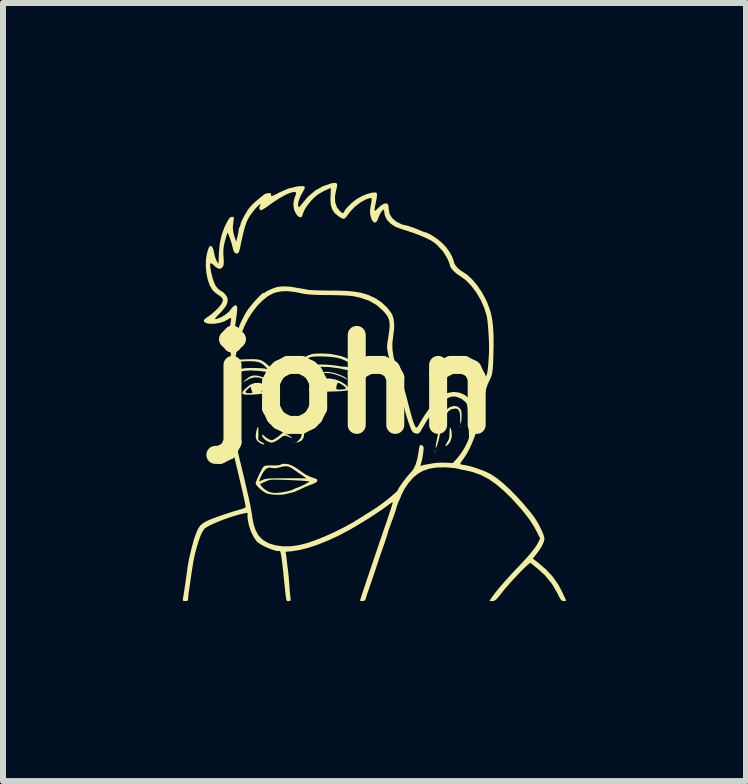
<source format=kicad_pcb>
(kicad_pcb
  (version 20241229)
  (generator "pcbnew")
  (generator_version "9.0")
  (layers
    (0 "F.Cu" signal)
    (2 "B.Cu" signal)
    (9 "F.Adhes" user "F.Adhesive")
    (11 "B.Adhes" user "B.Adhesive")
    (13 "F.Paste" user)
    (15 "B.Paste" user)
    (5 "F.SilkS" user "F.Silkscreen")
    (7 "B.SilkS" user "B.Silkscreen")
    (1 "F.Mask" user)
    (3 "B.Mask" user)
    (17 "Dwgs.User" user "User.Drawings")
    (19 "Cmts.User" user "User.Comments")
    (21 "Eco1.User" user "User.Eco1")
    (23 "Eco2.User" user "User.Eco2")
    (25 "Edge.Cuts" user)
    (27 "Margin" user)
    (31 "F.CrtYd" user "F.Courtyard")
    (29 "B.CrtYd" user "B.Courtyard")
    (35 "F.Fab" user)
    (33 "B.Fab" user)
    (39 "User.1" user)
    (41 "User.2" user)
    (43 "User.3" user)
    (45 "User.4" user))
  (footprint "john"
    (layer "F.Cu")
    (at 2.862 3.356)
    (property "Reference" "john" (at 0 0 0) (layer "F.SilkS") (effects (font (size 1.5 1.5) (thickness 0.3))))
    (attr board_only exclude_from_pos_files exclude_from_bom)
    (fp_poly (pts (xy -1.875 -0.008) (xy -1.883 0) (xy -1.89 -0.008) (xy -1.883 -0.015)) (stroke (width 0) (type solid)) (fill yes) (layer "F.SilkS"))
    (fp_poly (pts (xy -0.99 0.968) (xy -0.998 0.975) (xy -1.005 0.968) (xy -0.998 0.96)) (stroke (width 0) (type solid)) (fill yes) (layer "F.SilkS"))
    (fp_poly (pts (xy 1.35 1.103) (xy 1.343 1.11) (xy 1.335 1.103) (xy 1.343 1.095)) (stroke (width 0) (type solid)) (fill yes) (layer "F.SilkS"))
    (fp_poly (pts (xy 1.35 1.133) (xy 1.343 1.14) (xy 1.335 1.133) (xy 1.343 1.125)) (stroke (width 0) (type solid)) (fill yes) (layer "F.SilkS"))
    (fp_poly (pts (xy 1.755 0.698) (xy 1.748 0.705) (xy 1.74 0.698) (xy 1.748 0.69)) (stroke (width 0) (type solid)) (fill yes) (layer "F.SilkS"))
    (fp_poly (pts (xy -1.617 -0.142) (xy -1.565 -0.128) (xy -1.516 -0.111) (xy -1.477 -0.093) (xy -1.457 -0.078) (xy -1.455 -0.074) (xy -1.467 -0.071) (xy -1.498 -0.08) (xy -1.51 -0.084) (xy -1.593 -0.111) (xy -1.667 -0.115) (xy -1.739 -0.096) (xy -1.781 -0.076) (xy -1.868 -0.029) (xy -1.81 -0.081) (xy -1.744 -0.128) (xy -1.679 -0.147)) (stroke (width 0) (type solid)) (fill yes) (layer "F.SilkS"))
    (fp_poly (pts (xy 1.599 0.726) (xy 1.61 0.757) (xy 1.618 0.796) (xy 1.62 0.881) (xy 1.596 0.956) (xy 1.566 0.998) (xy 1.533 1.028) (xy 1.517 1.034) (xy 1.517 1.016) (xy 1.538 0.978) (xy 1.541 0.972) (xy 1.565 0.932) (xy 1.578 0.892) (xy 1.582 0.841) (xy 1.583 0.808) (xy 1.585 0.752) (xy 1.591 0.724)) (stroke (width 0) (type solid)) (fill yes) (layer "F.SilkS"))
    (fp_poly (pts (xy -1.292 0.017) (xy -1.302 0.095) (xy -1.333 0.192) (xy -1.335 0.197) (xy -1.356 0.249) (xy -1.372 0.289) (xy -1.38 0.31) (xy -1.38 0.311) (xy -1.392 0.315) (xy -1.395 0.315) (xy -1.41 0.311) (xy -1.41 0.31) (xy -1.405 0.294) (xy -1.389 0.259) (xy -1.368 0.21) (xy -1.363 0.201) (xy -1.338 0.138) (xy -1.317 0.073) (xy -1.305 0.023) (xy -1.294 -0.053)) (stroke (width 0) (type solid)) (fill yes) (layer "F.SilkS"))
    (fp_poly (pts (xy -1.609 0.712) (xy -1.605 0.73) (xy -1.603 0.769) (xy -1.604 0.822) (xy -1.604 0.825) (xy -1.606 0.931) (xy -1.553 0.962) (xy -1.52 0.983) (xy -1.502 0.997) (xy -1.5 0.999) (xy -1.512 1.006) (xy -1.54 0.999) (xy -1.578 0.98) (xy -1.592 0.971) (xy -1.63 0.937) (xy -1.646 0.897) (xy -1.648 0.886) (xy -1.647 0.85) (xy -1.642 0.806) (xy -1.633 0.763) (xy -1.622 0.729) (xy -1.613 0.711)) (stroke (width 0) (type solid)) (fill yes) (layer "F.SilkS"))
    (fp_poly (pts (xy -0.434 -0.205) (xy -0.368 -0.194) (xy -0.297 -0.175) (xy -0.229 -0.15) (xy -0.172 -0.123) (xy -0.134 -0.097) (xy -0.125 -0.086) (xy -0.126 -0.079) (xy -0.148 -0.089) (xy -0.151 -0.091) (xy -0.218 -0.126) (xy -0.303 -0.157) (xy -0.391 -0.18) (xy -0.4 -0.182) (xy -0.478 -0.188) (xy -0.55 -0.176) (xy -0.627 -0.143) (xy -0.668 -0.119) (xy -0.706 -0.096) (xy -0.722 -0.091) (xy -0.717 -0.1) (xy -0.674 -0.134) (xy -0.614 -0.167) (xy -0.548 -0.193) (xy -0.487 -0.206)) (stroke (width 0) (type solid)) (fill yes) (layer "F.SilkS"))
    (fp_poly (pts (xy -1.005 0.64) (xy -0.957 0.674) (xy -0.911 0.719) (xy -0.872 0.766) (xy -0.846 0.808) (xy -0.84 0.832) (xy -0.852 0.893) (xy -0.884 0.939) (xy -0.919 0.959) (xy -0.958 0.972) (xy -0.971 0.972) (xy -0.958 0.957) (xy -0.931 0.933) (xy -0.892 0.888) (xy -0.882 0.841) (xy -0.902 0.792) (xy -0.928 0.76) (xy -0.957 0.726) (xy -0.973 0.699) (xy -0.975 0.692) (xy -0.983 0.68) (xy -0.989 0.682) (xy -1.005 0.676) (xy -1.026 0.652) (xy -1.028 0.651) (xy -1.053 0.612)) (stroke (width 0) (type solid)) (fill yes) (layer "F.SilkS"))
    (fp_poly (pts (xy -1.14 0.764) (xy -1.151 0.785) (xy -1.155 0.788) (xy -1.169 0.806) (xy -1.164 0.822) (xy -1.154 0.825) (xy -1.133 0.833) (xy -1.099 0.853) (xy -1.083 0.863) (xy -1.051 0.888) (xy -1.044 0.899) (xy -1.062 0.895) (xy -1.095 0.878) (xy -1.151 0.858) (xy -1.198 0.866) (xy -1.224 0.887) (xy -1.257 0.914) (xy -1.301 0.942) (xy -1.345 0.964) (xy -1.38 0.974) (xy -1.383 0.975) (xy -1.41 0.969) (xy -1.447 0.955) (xy -1.45 0.954) (xy -1.493 0.926) (xy -1.528 0.888) (xy -1.545 0.85) (xy -1.545 0.844) (xy -1.537 0.84) (xy -1.514 0.856) (xy -1.505 0.864) (xy -1.465 0.897) (xy -1.421 0.922) (xy -1.42 0.923) (xy -1.391 0.933) (xy -1.366 0.931) (xy -1.336 0.915) (xy -1.306 0.896) (xy -1.255 0.858) (xy -1.206 0.816) (xy -1.189 0.799) (xy -1.161 0.773) (xy -1.143 0.762)) (stroke (width 0) (type solid)) (fill yes) (layer "F.SilkS"))
    (fp_poly (pts (xy 1.714 0.372) (xy 1.749 0.397) (xy 1.769 0.422) (xy 1.78 0.452) (xy 1.784 0.495) (xy 1.784 0.528) (xy 1.782 0.583) (xy 1.777 0.63) (xy 1.771 0.653) (xy 1.764 0.657) (xy 1.761 0.632) (xy 1.76 0.58) (xy 1.76 0.578) (xy 1.757 0.499) (xy 1.745 0.447) (xy 1.722 0.416) (xy 1.687 0.405) (xy 1.681 0.405) (xy 1.616 0.416) (xy 1.566 0.449) (xy 1.523 0.509) (xy 1.52 0.516) (xy 1.487 0.593) (xy 1.456 0.685) (xy 1.432 0.779) (xy 1.42 0.848) (xy 1.412 0.888) (xy 1.401 0.935) (xy 1.387 0.982) (xy 1.374 1.024) (xy 1.362 1.052) (xy 1.354 1.062) (xy 1.352 1.056) (xy 1.354 1.025) (xy 1.363 0.971) (xy 1.376 0.901) (xy 1.392 0.822) (xy 1.41 0.742) (xy 1.428 0.665) (xy 1.445 0.6) (xy 1.454 0.569) (xy 1.487 0.485) (xy 1.529 0.425) (xy 1.581 0.386) (xy 1.595 0.379) (xy 1.659 0.361)) (stroke (width 0) (type solid)) (fill yes) (layer "F.SilkS"))
    (fp_poly (pts (xy -1.54 -0.01) (xy -1.485 0.011) (xy -1.433 0.038) (xy -1.413 0.05) (xy -1.385 0.075) (xy -1.379 0.094) (xy -1.397 0.112) (xy -1.441 0.134) (xy -1.458 0.141) (xy -1.496 0.151) (xy -1.554 0.16) (xy -1.626 0.168) (xy -1.7 0.173) (xy -1.768 0.175) (xy -1.821 0.173) (xy -1.842 0.17) (xy -1.868 0.158) (xy -1.871 0.137) (xy -1.871 0.136) (xy -1.819 0.136) (xy -1.796 0.147) (xy -1.754 0.15) (xy -1.714 0.147) (xy -1.702 0.137) (xy -1.704 0.134) (xy -1.707 0.127) (xy -1.553 0.127) (xy -1.543 0.134) (xy -1.512 0.127) (xy -1.474 0.112) (xy -1.419 0.089) (xy -1.468 0.059) (xy -1.512 0.036) (xy -1.536 0.032) (xy -1.537 0.049) (xy -1.536 0.051) (xy -1.536 0.081) (xy -1.545 0.104) (xy -1.553 0.127) (xy -1.707 0.127) (xy -1.715 0.108) (xy -1.724 0.08) (xy -1.734 0.042) (xy -1.782 0.082) (xy -1.814 0.115) (xy -1.819 0.136) (xy -1.871 0.136) (xy -1.85 0.104) (xy -1.809 0.063) (xy -1.737 0.007) (xy -1.666 -0.02) (xy -1.593 -0.022)) (stroke (width 0) (type solid)) (fill yes) (layer "F.SilkS"))
    (fp_poly (pts (xy -0.324 -0.08) (xy -0.234 -0.046) (xy -0.155 0.004) (xy -0.126 0.032) (xy -0.104 0.057) (xy -0.095 0.076) (xy -0.1 0.091) (xy -0.121 0.102) (xy -0.163 0.11) (xy -0.226 0.116) (xy -0.313 0.12) (xy -0.428 0.123) (xy -0.452 0.124) (xy -0.531 0.125) (xy -0.604 0.125) (xy -0.665 0.125) (xy -0.701 0.123) (xy -0.746 0.115) (xy -0.765 0.102) (xy -0.765 0.099) (xy -0.754 0.077) (xy -0.748 0.069) (xy -0.704 0.069) (xy -0.697 0.093) (xy -0.695 0.095) (xy -0.675 0.101) (xy -0.637 0.104) (xy -0.594 0.105) (xy -0.556 0.102) (xy -0.537 0.097) (xy -0.535 0.079) (xy -0.538 0.058) (xy -0.306 0.058) (xy -0.304 0.081) (xy -0.303 0.082) (xy -0.282 0.088) (xy -0.243 0.09) (xy -0.2 0.087) (xy -0.164 0.081) (xy -0.152 0.076) (xy -0.145 0.064) (xy -0.159 0.045) (xy -0.196 0.016) (xy -0.235 -0.009) (xy -0.265 -0.024) (xy -0.276 -0.025) (xy -0.289 -0.009) (xy -0.3 0.024) (xy -0.306 0.058) (xy -0.538 0.058) (xy -0.54 0.045) (xy -0.549 0.006) (xy -0.559 -0.028) (xy -0.568 -0.045) (xy -0.57 -0.045) (xy -0.586 -0.037) (xy -0.618 -0.016) (xy -0.642 0.001) (xy -0.687 0.039) (xy -0.704 0.069) (xy -0.748 0.069) (xy -0.725 0.043) (xy -0.684 0.005) (xy -0.64 -0.031) (xy -0.597 -0.061) (xy -0.583 -0.069) (xy -0.506 -0.093) (xy -0.417 -0.096)) (stroke (width 0) (type solid)) (fill yes) (layer "F.SilkS"))
    (fp_poly (pts (xy -0.46 -0.509) (xy -0.403 -0.504) (xy -0.39 -0.502) (xy -0.292 -0.484) (xy -0.216 -0.466) (xy -0.154 -0.444) (xy -0.099 -0.414) (xy -0.042 -0.375) (xy 0.005 -0.338) (xy 0.067 -0.284) (xy 0.103 -0.245) (xy 0.114 -0.218) (xy 0.099 -0.204) (xy 0.057 -0.203) (xy -0.012 -0.213) (xy -0.095 -0.231) (xy -0.273 -0.267) (xy -0.432 -0.287) (xy -0.575 -0.29) (xy -0.708 -0.276) (xy -0.835 -0.247) (xy -0.868 -0.236) (xy -0.932 -0.217) (xy -0.971 -0.211) (xy -0.988 -0.216) (xy -0.997 -0.245) (xy -0.997 -0.251) (xy -0.993 -0.281) (xy -0.992 -0.283) (xy -0.93 -0.283) (xy -0.918 -0.275) (xy -0.896 -0.277) (xy -0.87 -0.282) (xy -0.863 -0.285) (xy -0.85 -0.289) (xy -0.817 -0.294) (xy -0.81 -0.295) (xy -0.757 -0.304) (xy -0.705 -0.316) (xy -0.642 -0.326) (xy -0.558 -0.329) (xy -0.462 -0.326) (xy -0.361 -0.317) (xy -0.294 -0.307) (xy -0.234 -0.298) (xy -0.185 -0.292) (xy -0.155 -0.291) (xy -0.15 -0.293) (xy -0.132 -0.291) (xy -0.13 -0.289) (xy -0.111 -0.279) (xy -0.076 -0.273) (xy -0.073 -0.273) (xy -0.037 -0.268) (xy -0.018 -0.262) (xy -0.017 -0.262) (xy 0.002 -0.256) (xy 0.013 -0.255) (xy 0.024 -0.26) (xy 0.014 -0.277) (xy 0.003 -0.289) (xy -0.055 -0.337) (xy -0.132 -0.383) (xy -0.218 -0.42) (xy -0.289 -0.44) (xy -0.354 -0.451) (xy -0.431 -0.458) (xy -0.515 -0.463) (xy -0.595 -0.464) (xy -0.666 -0.462) (xy -0.72 -0.456) (xy -0.74 -0.451) (xy -0.769 -0.435) (xy -0.808 -0.405) (xy -0.851 -0.37) (xy -0.89 -0.334) (xy -0.918 -0.303) (xy -0.93 -0.283) (xy -0.93 -0.283) (xy -0.992 -0.283) (xy -0.992 -0.285) (xy -0.979 -0.31) (xy -0.949 -0.346) (xy -0.908 -0.386) (xy -0.864 -0.425) (xy -0.824 -0.454) (xy -0.819 -0.457) (xy -0.769 -0.482) (xy -0.718 -0.5) (xy -0.705 -0.504) (xy -0.662 -0.509) (xy -0.6 -0.512) (xy -0.529 -0.512)) (stroke (width 0) (type solid)) (fill yes) (layer "F.SilkS"))
    (fp_poly (pts (xy -1.106 1.333) (xy -1.054 1.352) (xy -0.992 1.385) (xy -0.917 1.436) (xy -0.87 1.47) (xy -0.814 1.507) (xy -0.752 1.538) (xy -0.709 1.554) (xy -0.664 1.57) (xy -0.631 1.584) (xy -0.622 1.592) (xy -0.622 1.616) (xy -0.65 1.642) (xy -0.705 1.667) (xy -0.725 1.674) (xy -0.78 1.695) (xy -0.846 1.723) (xy -0.901 1.75) (xy -0.957 1.775) (xy -1.008 1.796) (xy -1.044 1.807) (xy -1.044 1.807) (xy -1.09 1.817) (xy -1.14 1.83) (xy -1.14 1.83) (xy -1.2 1.841) (xy -1.276 1.844) (xy -1.356 1.841) (xy -1.426 1.831) (xy -1.463 1.821) (xy -1.503 1.8) (xy -1.549 1.768) (xy -1.593 1.73) (xy -1.629 1.692) (xy -1.647 1.664) (xy -1.577 1.664) (xy -1.551 1.703) (xy -1.511 1.744) (xy -1.453 1.782) (xy -1.403 1.803) (xy -1.334 1.813) (xy -1.242 1.808) (xy -1.154 1.793) (xy -1.098 1.78) (xy -1.054 1.767) (xy -1.03 1.758) (xy -1.029 1.757) (xy -1.005 1.744) (xy -0.966 1.729) (xy -0.957 1.726) (xy -0.912 1.709) (xy -0.856 1.683) (xy -0.824 1.666) (xy -0.747 1.624) (xy -0.805 1.615) (xy -0.839 1.611) (xy -0.896 1.607) (xy -0.971 1.603) (xy -1.058 1.599) (xy -1.134 1.596) (xy -1.231 1.593) (xy -1.303 1.591) (xy -1.355 1.591) (xy -1.394 1.594) (xy -1.424 1.599) (xy -1.451 1.608) (xy -1.48 1.62) (xy -1.491 1.625) (xy -1.577 1.664) (xy -1.647 1.664) (xy -1.648 1.662) (xy -1.65 1.654) (xy -1.644 1.628) (xy -1.636 1.61) (xy -1.589 1.61) (xy -1.586 1.62) (xy -1.57 1.614) (xy -1.538 1.599) (xy -1.529 1.594) (xy -1.509 1.585) (xy -1.483 1.579) (xy -1.448 1.574) (xy -1.4 1.571) (xy -1.334 1.569) (xy -1.246 1.568) (xy -1.14 1.568) (xy -0.803 1.569) (xy -0.9 1.502) (xy -0.955 1.464) (xy -1.007 1.428) (xy -1.047 1.401) (xy -1.049 1.4) (xy -1.095 1.375) (xy -1.143 1.367) (xy -1.202 1.374) (xy -1.255 1.388) (xy -1.317 1.401) (xy -1.368 1.398) (xy -1.38 1.395) (xy -1.429 1.39) (xy -1.472 1.408) (xy -1.511 1.451) (xy -1.536 1.489) (xy -1.561 1.537) (xy -1.579 1.579) (xy -1.589 1.61) (xy -1.636 1.61) (xy -1.627 1.585) (xy -1.603 1.531) (xy -1.576 1.475) (xy -1.55 1.425) (xy -1.528 1.388) (xy -1.52 1.378) (xy -1.503 1.364) (xy -1.476 1.357) (xy -1.433 1.354) (xy -1.37 1.354) (xy -1.307 1.354) (xy -1.26 1.35) (xy -1.235 1.343) (xy -1.233 1.341) (xy -1.213 1.332) (xy -1.174 1.327) (xy -1.155 1.327)) (stroke (width 0) (type solid)) (fill yes) (layer "F.SilkS"))
    (fp_poly (pts (xy -0.293 -3.341) (xy -0.291 -3.308) (xy -0.303 -3.251) (xy -0.307 -3.239) (xy -0.327 -3.132) (xy -0.324 -3.036) (xy -0.296 -2.953) (xy -0.253 -2.896) (xy -0.217 -2.863) (xy -0.193 -2.853) (xy -0.179 -2.864) (xy -0.174 -2.877) (xy -0.154 -2.911) (xy -0.116 -2.955) (xy -0.067 -3.004) (xy -0.012 -3.052) (xy 0.042 -3.092) (xy 0.046 -3.094) (xy 0.129 -3.14) (xy 0.215 -3.174) (xy 0.294 -3.194) (xy 0.356 -3.197) (xy 0.37 -3.188) (xy 0.374 -3.161) (xy 0.37 -3.114) (xy 0.357 -3.041) (xy 0.353 -3.023) (xy 0.339 -2.954) (xy 0.333 -2.911) (xy 0.335 -2.892) (xy 0.346 -2.894) (xy 0.368 -2.913) (xy 0.38 -2.926) (xy 0.441 -2.981) (xy 0.493 -3.01) (xy 0.523 -3.016) (xy 0.55 -3.006) (xy 0.565 -2.976) (xy 0.57 -2.921) (xy 0.57 -2.913) (xy 0.585 -2.837) (xy 0.627 -2.769) (xy 0.694 -2.713) (xy 0.72 -2.698) (xy 0.767 -2.675) (xy 0.804 -2.66) (xy 0.822 -2.656) (xy 0.854 -2.65) (xy 0.904 -2.636) (xy 0.966 -2.615) (xy 1.03 -2.591) (xy 1.077 -2.571) (xy 1.122 -2.552) (xy 1.158 -2.539) (xy 1.171 -2.535) (xy 1.204 -2.526) (xy 1.254 -2.502) (xy 1.313 -2.467) (xy 1.375 -2.424) (xy 1.433 -2.378) (xy 1.458 -2.356) (xy 1.525 -2.286) (xy 1.583 -2.206) (xy 1.627 -2.126) (xy 1.653 -2.052) (xy 1.655 -2.039) (xy 1.673 -1.995) (xy 1.71 -1.947) (xy 1.758 -1.903) (xy 1.802 -1.875) (xy 1.881 -1.822) (xy 1.963 -1.745) (xy 2.043 -1.65) (xy 2.118 -1.541) (xy 2.183 -1.423) (xy 2.211 -1.362) (xy 2.248 -1.265) (xy 2.277 -1.167) (xy 2.297 -1.062) (xy 2.31 -0.945) (xy 2.317 -0.812) (xy 2.318 -0.656) (xy 2.316 -0.563) (xy 2.313 -0.444) (xy 2.31 -0.351) (xy 2.305 -0.279) (xy 2.3 -0.222) (xy 2.292 -0.176) (xy 2.281 -0.137) (xy 2.266 -0.099) (xy 2.247 -0.059) (xy 2.242 -0.047) (xy 2.216 0.01) (xy 2.192 0.082) (xy 2.166 0.171) (xy 2.139 0.282) (xy 2.122 0.355) (xy 2.102 0.448) (xy 2.083 0.535) (xy 2.067 0.61) (xy 2.055 0.667) (xy 2.048 0.701) (xy 2.048 0.702) (xy 2.028 0.79) (xy 1.995 0.892) (xy 1.952 0.998) (xy 1.904 1.1) (xy 1.854 1.188) (xy 1.816 1.243) (xy 1.786 1.284) (xy 1.766 1.316) (xy 1.762 1.332) (xy 1.762 1.332) (xy 1.782 1.34) (xy 1.812 1.344) (xy 1.87 1.354) (xy 1.947 1.373) (xy 2.034 1.401) (xy 2.123 1.433) (xy 2.205 1.467) (xy 2.271 1.5) (xy 2.28 1.506) (xy 2.374 1.568) (xy 2.479 1.653) (xy 2.591 1.757) (xy 2.708 1.876) (xy 2.825 2.005) (xy 2.939 2.142) (xy 2.98 2.196) (xy 3.021 2.255) (xy 3.063 2.325) (xy 3.101 2.399) (xy 3.134 2.469) (xy 3.156 2.529) (xy 3.166 2.572) (xy 3.166 2.575) (xy 3.154 2.631) (xy 3.122 2.701) (xy 3.07 2.781) (xy 3.022 2.845) (xy 2.971 2.907) (xy 3.05 2.967) (xy 3.191 3.087) (xy 3.306 3.211) (xy 3.4 3.346) (xy 3.465 3.471) (xy 3.491 3.527) (xy 3.512 3.573) (xy 3.524 3.602) (xy 3.526 3.608) (xy 3.513 3.614) (xy 3.484 3.615) (xy 3.464 3.612) (xy 3.446 3.601) (xy 3.428 3.576) (xy 3.404 3.532) (xy 3.381 3.484) (xy 3.289 3.327) (xy 3.173 3.185) (xy 3.051 3.075) (xy 3.003 3.037) (xy 2.964 3.004) (xy 2.94 2.983) (xy 2.936 2.978) (xy 2.922 2.983) (xy 2.892 3.007) (xy 2.848 3.047) (xy 2.794 3.1) (xy 2.734 3.162) (xy 2.67 3.23) (xy 2.605 3.3) (xy 2.544 3.37) (xy 2.488 3.435) (xy 2.453 3.48) (xy 2.406 3.539) (xy 2.372 3.578) (xy 2.347 3.6) (xy 2.325 3.612) (xy 2.302 3.615) (xy 2.297 3.615) (xy 2.247 3.616) (xy 2.274 3.574) (xy 2.329 3.498) (xy 2.404 3.404) (xy 2.497 3.296) (xy 2.607 3.174) (xy 2.698 3.077) (xy 2.797 2.973) (xy 2.876 2.886) (xy 2.939 2.814) (xy 2.987 2.753) (xy 3.025 2.701) (xy 3.053 2.654) (xy 3.064 2.632) (xy 3.094 2.571) (xy 3.045 2.475) (xy 2.994 2.379) (xy 2.94 2.292) (xy 2.878 2.205) (xy 2.801 2.11) (xy 2.763 2.064) (xy 2.62 1.906) (xy 2.486 1.775) (xy 2.358 1.666) (xy 2.233 1.58) (xy 2.107 1.514) (xy 1.978 1.467) (xy 1.844 1.435) (xy 1.83 1.433) (xy 1.779 1.423) (xy 1.724 1.409) (xy 1.718 1.408) (xy 1.677 1.4) (xy 1.616 1.394) (xy 1.544 1.388) (xy 1.5 1.386) (xy 1.361 1.389) (xy 1.242 1.409) (xy 1.137 1.446) (xy 1.052 1.495) (xy 0.975 1.56) (xy 0.901 1.645) (xy 0.835 1.74) (xy 0.786 1.837) (xy 0.781 1.848) (xy 0.761 1.899) (xy 0.743 1.939) (xy 0.733 1.959) (xy 0.723 1.981) (xy 0.709 2.022) (xy 0.699 2.056) (xy 0.685 2.105) (xy 0.663 2.171) (xy 0.636 2.246) (xy 0.616 2.299) (xy 0.592 2.365) (xy 0.572 2.42) (xy 0.559 2.459) (xy 0.555 2.476) (xy 0.55 2.495) (xy 0.537 2.537) (xy 0.518 2.595) (xy 0.494 2.664) (xy 0.49 2.675) (xy 0.462 2.755) (xy 0.434 2.835) (xy 0.41 2.906) (xy 0.394 2.956) (xy 0.373 3.019) (xy 0.352 3.081) (xy 0.339 3.121) (xy 0.294 3.252) (xy 0.258 3.358) (xy 0.23 3.44) (xy 0.209 3.501) (xy 0.195 3.545) (xy 0.187 3.572) (xy 0.184 3.582) (xy 0.17 3.608) (xy 0.137 3.616) (xy 0.133 3.616) (xy 0.102 3.614) (xy 0.09 3.609) (xy 0.095 3.593) (xy 0.108 3.552) (xy 0.128 3.49) (xy 0.155 3.409) (xy 0.187 3.314) (xy 0.222 3.207) (xy 0.261 3.093) (xy 0.301 2.974) (xy 0.342 2.854) (xy 0.381 2.736) (xy 0.419 2.625) (xy 0.455 2.522) (xy 0.465 2.49) (xy 0.514 2.349) (xy 0.553 2.235) (xy 0.583 2.143) (xy 0.606 2.074) (xy 0.622 2.023) (xy 0.632 1.99) (xy 0.635 1.971) (xy 0.634 1.965) (xy 0.634 1.965) (xy 0.62 1.974) (xy 0.587 1.996) (xy 0.542 2.029) (xy 0.52 2.045) (xy 0.448 2.097) (xy 0.356 2.158) (xy 0.253 2.226) (xy 0.143 2.294) (xy 0.034 2.36) (xy -0.067 2.419) (xy -0.075 2.424) (xy -0.258 2.521) (xy -0.439 2.605) (xy -0.613 2.675) (xy -0.778 2.73) (xy -0.929 2.767) (xy -1.064 2.787) (xy -1.107 2.789) (xy -1.139 2.793) (xy -1.151 2.801) (xy -1.15 2.802) (xy -1.145 2.822) (xy -1.139 2.862) (xy -1.133 2.911) (xy -1.127 2.968) (xy -1.121 3.018) (xy -1.118 3.046) (xy -1.108 3.121) (xy -1.099 3.209) (xy -1.092 3.294) (xy -1.088 3.348) (xy -1.084 3.41) (xy -1.077 3.481) (xy -1.073 3.522) (xy -1.067 3.573) (xy -1.067 3.601) (xy -1.074 3.613) (xy -1.091 3.616) (xy -1.1 3.616) (xy -1.111 3.616) (xy -1.12 3.616) (xy -1.128 3.613) (xy -1.134 3.602) (xy -1.14 3.581) (xy -1.145 3.547) (xy -1.152 3.497) (xy -1.159 3.428) (xy -1.169 3.336) (xy -1.181 3.219) (xy -1.186 3.166) (xy -1.2 3.037) (xy -1.212 2.936) (xy -1.223 2.861) (xy -1.233 2.811) (xy -1.242 2.784) (xy -1.251 2.777) (xy -1.254 2.779) (xy -1.277 2.783) (xy -1.32 2.775) (xy -1.376 2.757) (xy -1.439 2.733) (xy -1.503 2.704) (xy -1.561 2.673) (xy -1.607 2.643) (xy -1.63 2.623) (xy -1.682 2.55) (xy -1.727 2.458) (xy -1.761 2.356) (xy -1.782 2.255) (xy -1.785 2.201) (xy -1.785 2.144) (xy -1.842 2.154) (xy -1.917 2.171) (xy -2.005 2.196) (xy -2.101 2.227) (xy -2.198 2.262) (xy -2.291 2.299) (xy -2.375 2.336) (xy -2.442 2.369) (xy -2.489 2.398) (xy -2.5 2.407) (xy -2.532 2.451) (xy -2.566 2.521) (xy -2.6 2.614) (xy -2.634 2.727) (xy -2.662 2.836) (xy -2.672 2.88) (xy -2.68 2.919) (xy -2.688 2.96) (xy -2.696 3.007) (xy -2.705 3.065) (xy -2.717 3.14) (xy -2.731 3.238) (xy -2.738 3.286) (xy -2.748 3.355) (xy -2.757 3.417) (xy -2.764 3.463) (xy -2.767 3.481) (xy -2.772 3.524) (xy -2.774 3.567) (xy -2.778 3.601) (xy -2.794 3.614) (xy -2.822 3.616) (xy -2.851 3.614) (xy -2.862 3.605) (xy -2.862 3.578) (xy -2.858 3.552) (xy -2.847 3.489) (xy -2.835 3.407) (xy -2.821 3.315) (xy -2.808 3.222) (xy -2.796 3.138) (xy -2.787 3.071) (xy -2.785 3.053) (xy -2.773 2.98) (xy -2.755 2.888) (xy -2.731 2.787) (xy -2.706 2.686) (xy -2.68 2.595) (xy -2.67 2.563) (xy -2.638 2.474) (xy -2.609 2.408) (xy -2.576 2.36) (xy -2.535 2.323) (xy -2.483 2.291) (xy -2.453 2.276) (xy -2.395 2.251) (xy -2.315 2.22) (xy -2.221 2.187) (xy -2.119 2.153) (xy -2.016 2.12) (xy -1.921 2.092) (xy -1.887 2.083) (xy -1.845 2.068) (xy -1.82 2.052) (xy -1.815 2.044) (xy -1.819 2.02) (xy -1.83 1.968) (xy -1.847 1.888) (xy -1.871 1.782) (xy -1.902 1.649) (xy -1.939 1.491) (xy -1.966 1.38) (xy -1.986 1.295) (xy -2.004 1.216) (xy -2.018 1.151) (xy -2.028 1.105) (xy -2.032 1.088) (xy -2.047 0.979) (xy -2.058 0.888) (xy -2.064 0.819) (xy -2.063 0.774) (xy -2.063 0.773) (xy -2.059 0.734) (xy -2.053 0.678) (xy -2.049 0.627) (xy -2.035 0.492) (xy -2.018 0.374) (xy -2.012 0.337) (xy -2.005 0.286) (xy -2.005 0.235) (xy -2.013 0.178) (xy -2.031 0.106) (xy -2.05 0.042) (xy -2.083 -0.116) (xy -2.084 -0.127) (xy -2.007 -0.127) (xy -2.001 -0.087) (xy -1.984 -0.027) (xy -1.965 0.032) (xy -1.935 0.145) (xy -1.922 0.239) (xy -1.926 0.319) (xy -1.934 0.355) (xy -1.949 0.428) (xy -1.961 0.526) (xy -1.969 0.644) (xy -1.972 0.777) (xy -1.972 0.825) (xy -1.971 0.903) (xy -1.969 0.967) (xy -1.963 1.025) (xy -1.954 1.086) (xy -1.939 1.156) (xy -1.918 1.245) (xy -1.909 1.283) (xy -1.878 1.409) (xy -1.848 1.535) (xy -1.82 1.656) (xy -1.794 1.768) (xy -1.771 1.867) (xy -1.753 1.949) (xy -1.74 2.01) (xy -1.734 2.04) (xy -1.725 2.092) (xy -1.717 2.138) (xy -1.709 2.184) (xy -1.702 2.237) (xy -1.701 2.243) (xy -1.682 2.34) (xy -1.65 2.433) (xy -1.61 2.51) (xy -1.598 2.527) (xy -1.527 2.597) (xy -1.433 2.651) (xy -1.321 2.686) (xy -1.194 2.703) (xy -1.055 2.701) (xy -0.93 2.683) (xy -0.805 2.652) (xy -0.663 2.604) (xy -0.508 2.543) (xy -0.347 2.471) (xy -0.186 2.391) (xy -0.029 2.305) (xy 0.115 2.216) (xy 0.182 2.173) (xy 0.256 2.127) (xy 0.317 2.088) (xy 0.37 2.054) (xy 0.432 2.01) (xy 0.497 1.962) (xy 0.561 1.911) (xy 0.62 1.863) (xy 0.669 1.82) (xy 0.704 1.787) (xy 0.72 1.767) (xy 0.72 1.765) (xy 0.729 1.744) (xy 0.753 1.706) (xy 0.787 1.657) (xy 0.827 1.603) (xy 0.868 1.55) (xy 0.907 1.504) (xy 0.938 1.47) (xy 0.941 1.467) (xy 0.981 1.416) (xy 1.017 1.341) (xy 1.045 1.248) (xy 1.064 1.146) (xy 1.064 1.145) (xy 1.073 1.078) (xy 1.082 1.037) (xy 1.093 1.017) (xy 1.109 1.014) (xy 1.127 1.021) (xy 1.143 1.034) (xy 1.151 1.054) (xy 1.15 1.09) (xy 1.147 1.122) (xy 1.133 1.22) (xy 1.116 1.299) (xy 1.102 1.341) (xy 1.098 1.361) (xy 1.105 1.361) (xy 1.129 1.352) (xy 1.168 1.344) (xy 1.171 1.343) (xy 1.216 1.335) (xy 1.274 1.325) (xy 1.308 1.318) (xy 1.367 1.311) (xy 1.44 1.307) (xy 1.512 1.308) (xy 1.516 1.308) (xy 1.637 1.315) (xy 1.718 1.226) (xy 1.76 1.173) (xy 1.803 1.11) (xy 1.843 1.041) (xy 1.876 0.976) (xy 1.899 0.92) (xy 1.908 0.88) (xy 1.908 0.878) (xy 1.903 0.736) (xy 1.899 0.622) (xy 1.895 0.531) (xy 1.891 0.461) (xy 1.886 0.408) (xy 1.881 0.369) (xy 1.875 0.341) (xy 1.867 0.321) (xy 1.857 0.306) (xy 1.847 0.295) (xy 1.785 0.246) (xy 1.708 0.213) (xy 1.658 0.203) (xy 1.596 0.212) (xy 1.527 0.246) (xy 1.451 0.304) (xy 1.372 0.383) (xy 1.291 0.482) (xy 1.21 0.598) (xy 1.132 0.728) (xy 1.121 0.749) (xy 1.095 0.793) (xy 1.074 0.816) (xy 1.049 0.825) (xy 1.036 0.825) (xy 0.988 0.811) (xy 0.962 0.787) (xy 0.944 0.755) (xy 0.922 0.7) (xy 0.896 0.628) (xy 0.87 0.548) (xy 0.846 0.464) (xy 0.826 0.384) (xy 0.824 0.375) (xy 0.806 0.303) (xy 0.781 0.212) (xy 0.752 0.111) (xy 0.72 0.009) (xy 0.689 -0.087) (xy 0.661 -0.167) (xy 0.646 -0.206) (xy 0.622 -0.271) (xy 0.598 -0.351) (xy 0.575 -0.434) (xy 0.568 -0.465) (xy 0.553 -0.534) (xy 0.544 -0.585) (xy 0.541 -0.627) (xy 0.545 -0.673) (xy 0.553 -0.732) (xy 0.56 -0.77) (xy 0.576 -0.877) (xy 0.584 -0.961) (xy 0.583 -1.027) (xy 0.572 -1.082) (xy 0.549 -1.131) (xy 0.514 -1.18) (xy 0.479 -1.22) (xy 0.37 -1.318) (xy 0.242 -1.392) (xy 0.099 -1.441) (xy 0.065 -1.449) (xy 0.041 -1.454) (xy -0.001 -1.463) (xy -0.027 -1.468) (xy -0.064 -1.473) (xy -0.126 -1.477) (xy -0.206 -1.481) (xy -0.299 -1.484) (xy -0.4 -1.486) (xy -0.432 -1.486) (xy -0.566 -1.487) (xy -0.673 -1.491) (xy -0.756 -1.496) (xy -0.82 -1.503) (xy -0.858 -1.51) (xy -0.997 -1.538) (xy -1.116 -1.551) (xy -1.218 -1.549) (xy -1.31 -1.531) (xy -1.356 -1.516) (xy -1.442 -1.47) (xy -1.532 -1.399) (xy -1.62 -1.31) (xy -1.702 -1.205) (xy -1.775 -1.09) (xy -1.835 -0.971) (xy -1.836 -0.968) (xy -1.882 -0.856) (xy -1.916 -0.768) (xy -1.939 -0.7) (xy -1.953 -0.646) (xy -1.96 -0.604) (xy -1.96 -0.603) (xy -1.967 -0.546) (xy -1.978 -0.491) (xy -1.98 -0.482) (xy -1.99 -0.444) (xy -1.995 -0.419) (xy -1.995 -0.416) (xy -1.981 -0.413) (xy -1.943 -0.411) (xy -1.887 -0.412) (xy -1.819 -0.415) (xy -1.715 -0.418) (xy -1.634 -0.415) (xy -1.58 -0.407) (xy -1.534 -0.386) (xy -1.484 -0.352) (xy -1.437 -0.312) (xy -1.401 -0.27) (xy -1.382 -0.234) (xy -1.38 -0.224) (xy -1.383 -0.204) (xy -1.398 -0.198) (xy -1.433 -0.201) (xy -1.44 -0.202) (xy -1.599 -0.223) (xy -1.736 -0.23) (xy -1.852 -0.221) (xy -1.943 -0.197) (xy -1.969 -0.186) (xy -1.991 -0.172) (xy -2.004 -0.154) (xy -2.007 -0.127) (xy -2.084 -0.127) (xy -2.09 -0.277) (xy -2.089 -0.278) (xy -2.01 -0.278) (xy -2.01 -0.213) (xy -1.933 -0.242) (xy -1.878 -0.259) (xy -1.816 -0.268) (xy -1.736 -0.271) (xy -1.711 -0.271) (xy -1.64 -0.27) (xy -1.574 -0.267) (xy -1.522 -0.264) (xy -1.507 -0.262) (xy -1.448 -0.252) (xy -1.498 -0.305) (xy -1.542 -0.342) (xy -1.594 -0.366) (xy -1.66 -0.38) (xy -1.746 -0.384) (xy -1.811 -0.383) (xy -1.892 -0.378) (xy -1.948 -0.37) (xy -1.983 -0.356) (xy -2.002 -0.334) (xy -2.01 -0.302) (xy -2.01 -0.278) (xy -2.089 -0.278) (xy -2.072 -0.429) (xy -2.063 -0.487) (xy -2.064 -0.529) (xy -2.074 -0.566) (xy -2.076 -0.572) (xy -2.1 -0.657) (xy -2.105 -0.76) (xy -2.092 -0.884) (xy -2.082 -0.942) (xy -2.07 -1.007) (xy -2.062 -1.059) (xy -2.058 -1.094) (xy -2.059 -1.104) (xy -2.075 -1.101) (xy -2.106 -1.085) (xy -2.121 -1.075) (xy -2.175 -1.046) (xy -2.238 -1.025) (xy -2.305 -1.012) (xy -2.371 -1.007) (xy -2.43 -1.009) (xy -2.477 -1.019) (xy -2.506 -1.038) (xy -2.514 -1.064) (xy -2.511 -1.071) (xy -2.496 -1.088) (xy -2.463 -1.113) (xy -2.439 -1.129) (xy -2.383 -1.17) (xy -2.324 -1.222) (xy -2.269 -1.277) (xy -2.227 -1.328) (xy -2.211 -1.354) (xy -2.196 -1.396) (xy -2.204 -1.431) (xy -2.236 -1.464) (xy -2.271 -1.488) (xy -2.319 -1.522) (xy -2.362 -1.563) (xy -2.375 -1.578) (xy -2.417 -1.652) (xy -2.449 -1.747) (xy -2.471 -1.856) (xy -2.481 -1.97) (xy -2.48 -1.997) (xy -2.408 -1.997) (xy -2.407 -1.955) (xy -2.398 -1.898) (xy -2.384 -1.833) (xy -2.366 -1.766) (xy -2.345 -1.704) (xy -2.323 -1.654) (xy -2.314 -1.637) (xy -2.281 -1.596) (xy -2.245 -1.566) (xy -2.232 -1.559) (xy -2.183 -1.528) (xy -2.143 -1.483) (xy -2.119 -1.434) (xy -2.115 -1.41) (xy -2.12 -1.364) (xy -2.136 -1.32) (xy -2.168 -1.272) (xy -2.217 -1.213) (xy -2.247 -1.182) (xy -2.292 -1.135) (xy -2.318 -1.105) (xy -2.328 -1.09) (xy -2.322 -1.085) (xy -2.303 -1.088) (xy -2.23 -1.115) (xy -2.158 -1.157) (xy -2.098 -1.206) (xy -2.076 -1.233) (xy -2.033 -1.287) (xy -1.998 -1.314) (xy -1.973 -1.314) (xy -1.958 -1.288) (xy -1.957 -1.236) (xy -1.958 -1.225) (xy -1.967 -1.149) (xy -1.977 -1.076) (xy -1.986 -1.011) (xy -1.995 -0.962) (xy -2.001 -0.935) (xy -2.002 -0.932) (xy -2.009 -0.91) (xy -2.014 -0.874) (xy -2.018 -0.831) (xy -2.02 -0.792) (xy -2.019 -0.764) (xy -2.015 -0.757) (xy -2.014 -0.758) (xy -2.002 -0.778) (xy -1.983 -0.817) (xy -1.962 -0.864) (xy -1.943 -0.91) (xy -1.931 -0.944) (xy -1.928 -0.952) (xy -1.916 -0.987) (xy -1.893 -1.039) (xy -1.861 -1.103) (xy -1.826 -1.169) (xy -1.801 -1.212) (xy -1.775 -1.251) (xy -1.738 -1.298) (xy -1.695 -1.35) (xy -1.649 -1.402) (xy -1.605 -1.449) (xy -1.565 -1.489) (xy -1.535 -1.515) (xy -1.518 -1.525) (xy -1.515 -1.522) (xy -1.509 -1.517) (xy -1.504 -1.523) (xy -1.48 -1.541) (xy -1.437 -1.564) (xy -1.382 -1.589) (xy -1.325 -1.61) (xy -1.29 -1.621) (xy -1.23 -1.629) (xy -1.153 -1.631) (xy -1.068 -1.625) (xy -0.99 -1.612) (xy -0.95 -1.605) (xy -0.9 -1.597) (xy -0.893 -1.596) (xy -0.839 -1.587) (xy -0.787 -1.576) (xy -0.783 -1.575) (xy -0.753 -1.571) (xy -0.698 -1.568) (xy -0.624 -1.565) (xy -0.536 -1.563) (xy -0.439 -1.561) (xy -0.407 -1.561) (xy -0.263 -1.56) (xy -0.144 -1.556) (xy -0.044 -1.548) (xy 0.042 -1.537) (xy 0.12 -1.521) (xy 0.194 -1.499) (xy 0.231 -1.487) (xy 0.347 -1.434) (xy 0.454 -1.362) (xy 0.545 -1.276) (xy 0.615 -1.183) (xy 0.629 -1.158) (xy 0.65 -1.093) (xy 0.66 -1.007) (xy 0.658 -0.909) (xy 0.645 -0.808) (xy 0.63 -0.689) (xy 0.632 -0.573) (xy 0.651 -0.451) (xy 0.69 -0.318) (xy 0.725 -0.224) (xy 0.752 -0.153) (xy 0.778 -0.08) (xy 0.798 -0.018) (xy 0.801 -0.008) (xy 0.82 0.056) (xy 0.839 0.12) (xy 0.849 0.153) (xy 0.862 0.199) (xy 0.879 0.264) (xy 0.897 0.336) (xy 0.906 0.37) (xy 0.932 0.471) (xy 0.958 0.561) (xy 0.982 0.635) (xy 1.004 0.689) (xy 1.021 0.719) (xy 1.025 0.723) (xy 1.043 0.718) (xy 1.065 0.688) (xy 1.071 0.678) (xy 1.092 0.64) (xy 1.124 0.587) (xy 1.161 0.527) (xy 1.177 0.503) (xy 1.273 0.369) (xy 1.367 0.266) (xy 1.46 0.191) (xy 1.553 0.146) (xy 1.647 0.128) (xy 1.741 0.139) (xy 1.802 0.161) (xy 1.851 0.189) (xy 1.898 0.229) (xy 1.938 0.271) (xy 1.963 0.31) (xy 1.967 0.327) (xy 1.968 0.355) (xy 1.97 0.402) (xy 1.971 0.445) (xy 1.974 0.506) (xy 1.979 0.541) (xy 1.987 0.549) (xy 1.998 0.529) (xy 2.013 0.481) (xy 2.032 0.405) (xy 2.054 0.299) (xy 2.055 0.298) (xy 2.068 0.229) (xy 2.081 0.165) (xy 2.089 0.116) (xy 2.092 0.103) (xy 2.103 0.063) (xy 2.124 0.008) (xy 2.152 -0.052) (xy 2.159 -0.064) (xy 2.179 -0.104) (xy 2.195 -0.139) (xy 2.207 -0.174) (xy 2.216 -0.215) (xy 2.223 -0.266) (xy 2.229 -0.332) (xy 2.235 -0.418) (xy 2.241 -0.529) (xy 2.241 -0.533) (xy 2.242 -0.599) (xy 2.241 -0.684) (xy 2.237 -0.78) (xy 2.231 -0.879) (xy 2.224 -0.973) (xy 2.216 -1.054) (xy 2.207 -1.117) (xy 2.204 -1.133) (xy 2.163 -1.269) (xy 2.104 -1.403) (xy 2.03 -1.528) (xy 1.946 -1.64) (xy 1.855 -1.734) (xy 1.76 -1.803) (xy 1.759 -1.803) (xy 1.704 -1.84) (xy 1.654 -1.884) (xy 1.615 -1.928) (xy 1.593 -1.966) (xy 1.59 -1.98) (xy 1.584 -2.005) (xy 1.568 -2.047) (xy 1.547 -2.095) (xy 1.474 -2.215) (xy 1.374 -2.322) (xy 1.333 -2.357) (xy 1.276 -2.395) (xy 1.194 -2.436) (xy 1.095 -2.479) (xy 0.981 -2.522) (xy 0.86 -2.563) (xy 0.78 -2.587) (xy 0.682 -2.624) (xy 0.601 -2.677) (xy 0.541 -2.74) (xy 0.505 -2.81) (xy 0.495 -2.87) (xy 0.491 -2.9) (xy 0.481 -2.911) (xy 0.464 -2.898) (xy 0.44 -2.865) (xy 0.416 -2.82) (xy 0.395 -2.77) (xy 0.391 -2.758) (xy 0.369 -2.712) (xy 0.342 -2.694) (xy 0.314 -2.704) (xy 0.288 -2.741) (xy 0.271 -2.787) (xy 0.26 -2.837) (xy 0.257 -2.884) (xy 0.262 -2.94) (xy 0.275 -3.012) (xy 0.285 -3.066) (xy 0.284 -3.096) (xy 0.268 -3.105) (xy 0.232 -3.097) (xy 0.183 -3.078) (xy 0.101 -3.033) (xy 0.017 -2.969) (xy -0.06 -2.893) (xy -0.105 -2.835) (xy -0.14 -2.787) (xy -0.167 -2.762) (xy -0.194 -2.758) (xy -0.23 -2.775) (xy -0.266 -2.798) (xy -0.329 -2.85) (xy -0.371 -2.91) (xy -0.395 -2.983) (xy -0.403 -3.075) (xy -0.401 -3.136) (xy -0.398 -3.196) (xy -0.397 -3.241) (xy -0.398 -3.267) (xy -0.399 -3.271) (xy -0.415 -3.265) (xy -0.451 -3.249) (xy -0.5 -3.226) (xy -0.517 -3.218) (xy -0.596 -3.174) (xy -0.662 -3.123) (xy -0.713 -3.072) (xy -0.783 -2.987) (xy -0.833 -2.91) (xy -0.861 -2.843) (xy -0.864 -2.831) (xy -0.878 -2.794) (xy -0.901 -2.782) (xy -0.929 -2.79) (xy -0.958 -2.816) (xy -0.984 -2.855) (xy -1.006 -2.905) (xy -1.018 -2.961) (xy -1.02 -2.993) (xy -1.015 -3.05) (xy -1.002 -3.104) (xy -0.998 -3.115) (xy -0.979 -3.166) (xy -0.976 -3.194) (xy -0.992 -3.205) (xy -1.027 -3.203) (xy -1.031 -3.202) (xy -1.092 -3.184) (xy -1.17 -3.148) (xy -1.258 -3.097) (xy -1.353 -3.036) (xy -1.42 -2.988) (xy -1.478 -2.946) (xy -1.527 -2.916) (xy -1.559 -2.902) (xy -1.568 -2.901) (xy -1.587 -2.922) (xy -1.588 -2.954) (xy -1.572 -2.983) (xy -1.563 -2.998) (xy -1.571 -3.001) (xy -1.593 -2.989) (xy -1.626 -2.958) (xy -1.666 -2.913) (xy -1.707 -2.86) (xy -1.746 -2.806) (xy -1.777 -2.755) (xy -1.785 -2.738) (xy -1.807 -2.686) (xy -1.828 -2.623) (xy -1.85 -2.543) (xy -1.874 -2.442) (xy -1.901 -2.318) (xy -1.908 -2.28) (xy -1.921 -2.226) (xy -1.933 -2.196) (xy -1.949 -2.182) (xy -1.961 -2.178) (xy -1.993 -2.186) (xy -2.017 -2.221) (xy -2.032 -2.275) (xy -2.043 -2.32) (xy -2.058 -2.372) (xy -2.075 -2.426) (xy -2.093 -2.474) (xy -2.108 -2.51) (xy -2.118 -2.526) (xy -2.12 -2.525) (xy -2.128 -2.505) (xy -2.14 -2.463) (xy -2.155 -2.408) (xy -2.162 -2.385) (xy -2.179 -2.31) (xy -2.187 -2.247) (xy -2.188 -2.179) (xy -2.185 -2.123) (xy -2.181 -2.053) (xy -2.182 -2.006) (xy -2.188 -1.975) (xy -2.199 -1.954) (xy -2.231 -1.926) (xy -2.27 -1.926) (xy -2.316 -1.954) (xy -2.336 -1.973) (xy -2.368 -2.002) (xy -2.393 -2.017) (xy -2.4 -2.018) (xy -2.408 -1.997) (xy -2.48 -1.997) (xy -2.478 -2.081) (xy -2.462 -2.18) (xy -2.446 -2.233) (xy -2.431 -2.276) (xy -2.418 -2.299) (xy -2.418 -2.299) (xy -2.395 -2.307) (xy -2.373 -2.288) (xy -2.354 -2.244) (xy -2.341 -2.184) (xy -2.328 -2.127) (xy -2.31 -2.076) (xy -2.298 -2.052) (xy -2.269 -2.007) (xy -2.262 -2.192) (xy -2.248 -2.345) (xy -2.219 -2.48) (xy -2.173 -2.61) (xy -2.127 -2.704) (xy -2.099 -2.753) (xy -2.076 -2.78) (xy -2.053 -2.79) (xy -2.044 -2.791) (xy -2.022 -2.789) (xy -2.013 -2.778) (xy -2.014 -2.752) (xy -2.019 -2.719) (xy -2.03 -2.621) (xy -2.022 -2.533) (xy -2.002 -2.458) (xy -1.975 -2.378) (xy -1.955 -2.453) (xy -1.943 -2.506) (xy -1.934 -2.553) (xy -1.933 -2.57) (xy -1.927 -2.603) (xy -1.918 -2.619) (xy -1.907 -2.639) (xy -1.905 -2.653) (xy -1.898 -2.683) (xy -1.878 -2.731) (xy -1.849 -2.789) (xy -1.815 -2.849) (xy -1.781 -2.905) (xy -1.755 -2.941) (xy -1.717 -2.983) (xy -1.667 -3.032) (xy -1.614 -3.077) (xy -1.614 -3.077) (xy -1.568 -3.115) (xy -1.529 -3.146) (xy -1.505 -3.166) (xy -1.503 -3.168) (xy -1.474 -3.18) (xy -1.435 -3.186) (xy -1.402 -3.184) (xy -1.392 -3.171) (xy -1.392 -3.162) (xy -1.392 -3.144) (xy -1.383 -3.138) (xy -1.36 -3.144) (xy -1.319 -3.163) (xy -1.256 -3.196) (xy -1.254 -3.197) (xy -1.114 -3.259) (xy -0.974 -3.295) (xy -0.903 -3.303) (xy -0.854 -3.302) (xy -0.83 -3.291) (xy -0.831 -3.267) (xy -0.847 -3.236) (xy -0.901 -3.136) (xy -0.933 -3.054) (xy -0.944 -2.992) (xy -0.939 -2.962) (xy -0.93 -2.952) (xy -0.915 -2.962) (xy -0.888 -2.994) (xy -0.882 -3.002) (xy -0.776 -3.128) (xy -0.658 -3.228) (xy -0.53 -3.301) (xy -0.394 -3.347) (xy -0.349 -3.356) (xy -0.312 -3.356)) (stroke (width 0) (type solid)) (fill yes) (layer "F.SilkS")))
  (gr_rect
    (start -3 -3)
    (end 9.388 9.973)
    (stroke (width 0.1) (type default))
    (fill no)
    (layer "Edge.Cuts")))
</source>
